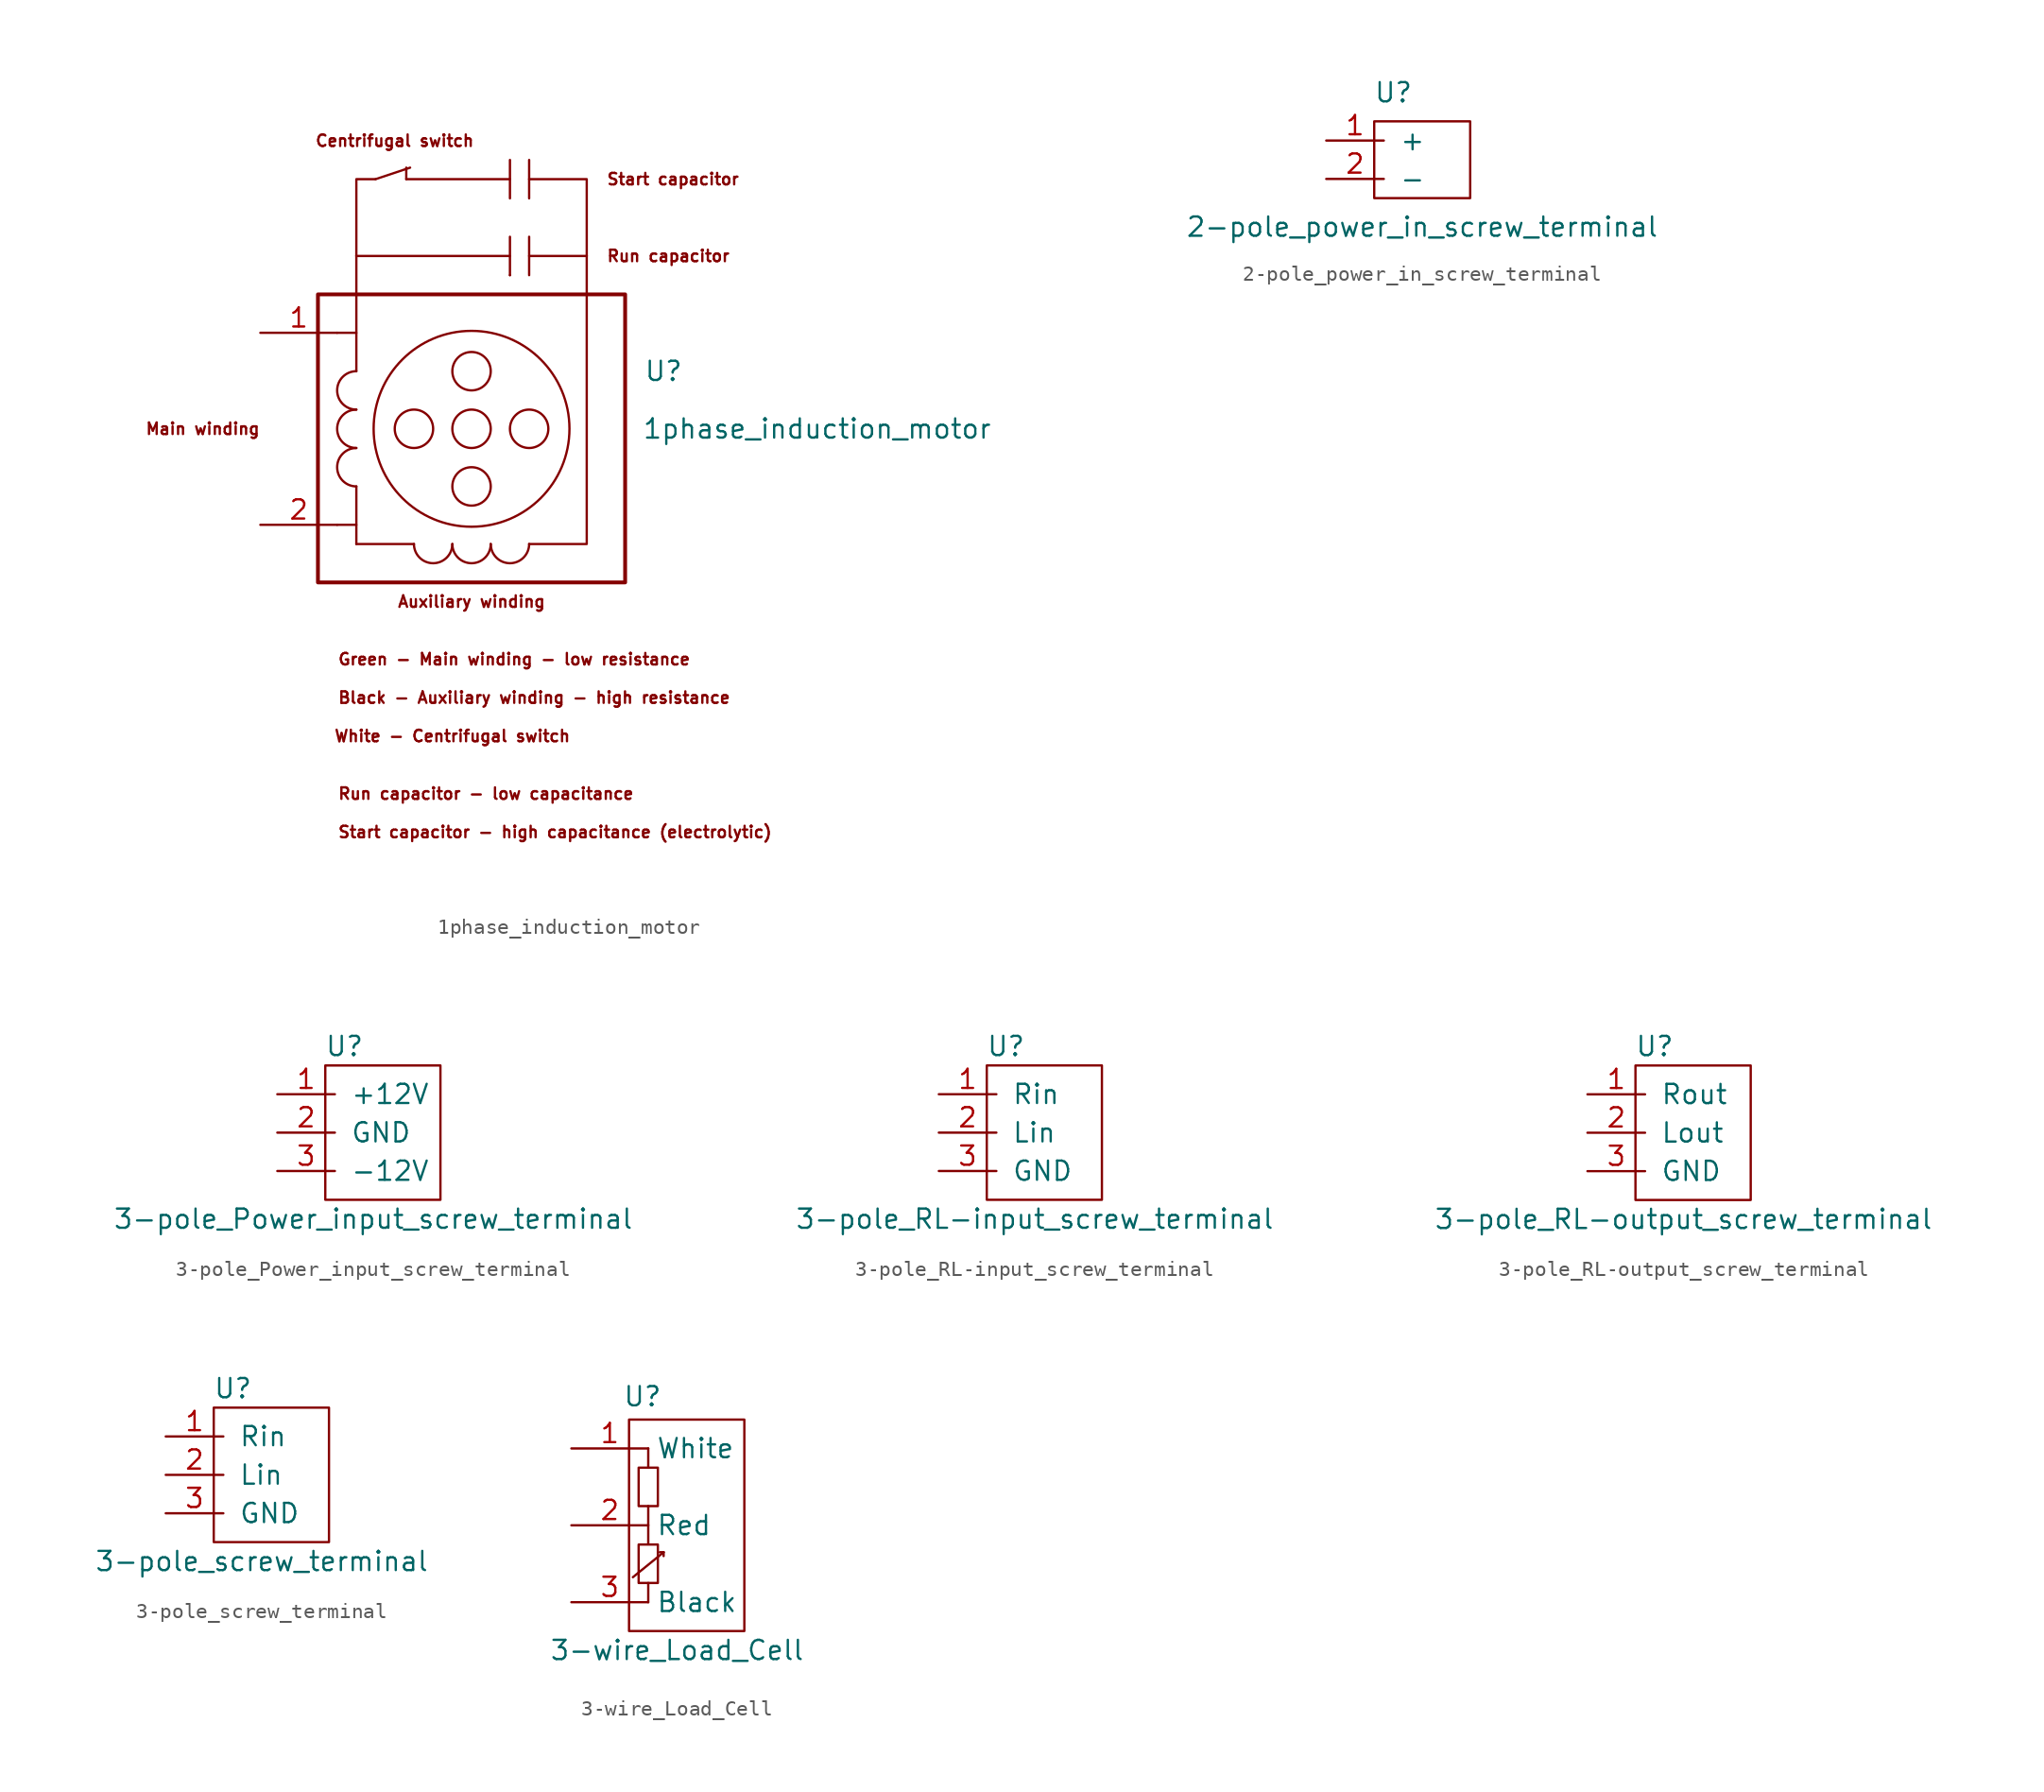
<source format=kicad_sym>
(kicad_symbol_lib
  (version 20211014)
  (generator kicad_symbol_editor)
  (symbol "1phase_induction_motor"
    (pin_names
      (offset 1.016) hide)
    (property "Reference" "U"
      (at 22.86 -5.08 0)
      (effects (font (size 1.27 1.27))))
    (property "Value" "1phase_induction_motor"
      (at 33.02 -8.89 0)
      (effects (font (size 1.27 1.27))))
    (symbol "1phase_induction_motor_0_0"
      (polyline (pts (xy 2.54 -2.54) (xy 2.54 2.54)) (stroke (width 0) (type default) (color 0 0 0 0)) (fill (type none)))
      (polyline (pts (xy 2.54 2.54) (xy 12.7 2.54)) (stroke (width 0) (type default) (color 0 0 0 0)) (fill (type none)))
      (polyline (pts (xy 3.81 7.62) (xy 6.096 8.382)) (stroke (width 0) (type default) (color 0 0 0 0)) (fill (type none)))
      (polyline (pts (xy 5.842 7.62) (xy 5.842 8.382)) (stroke (width 0) (type default) (color 0 0 0 0)) (fill (type none)))
      (polyline (pts (xy 5.842 7.62) (xy 12.7 7.62)) (stroke (width 0) (type default) (color 0 0 0 0)) (fill (type none)))
      (polyline (pts (xy 12.7 1.27) (xy 12.7 1.27)) (stroke (width 0) (type default) (color 0 0 0 0)) (fill (type none)))
      (polyline (pts (xy 12.7 3.81) (xy 12.7 1.27)) (stroke (width 0) (type default) (color 0 0 0 0)) (fill (type none)))
      (polyline (pts (xy 12.7 8.89) (xy 12.7 6.35)) (stroke (width 0) (type default) (color 0 0 0 0)) (fill (type none)))
      (polyline (pts (xy 13.97 2.54) (xy 17.78 2.54)) (stroke (width 0) (type default) (color 0 0 0 0)) (fill (type none)))
      (polyline (pts (xy 13.97 3.81) (xy 13.97 1.27)) (stroke (width 0) (type default) (color 0 0 0 0)) (fill (type none)))
      (polyline (pts (xy 13.97 8.89) (xy 13.97 6.35)) (stroke (width 0) (type default) (color 0 0 0 0)) (fill (type none)))
      (polyline (pts (xy 13.97 -16.51) (xy 17.78 -16.51) (xy 17.78 2.54)) (stroke (width 0) (type default) (color 0 0 0 0)) (fill (type none)))
      (polyline (pts (xy 17.78 2.54) (xy 17.78 7.62) (xy 13.97 7.62)) (stroke (width 0) (type default) (color 0 0 0 0)) (fill (type none)))
      (text "Auxiliary winding" (at 10.16 -20.32 0) (effects (font (size 0.762 0.762))))
      (text "Black - Auxiliary winding - high resistance" (at 1.27 -26.67 0) (effects (font (size 0.762 0.762)) (justify left)))
      (text "Centrifugal switch" (at 5.08 10.16 0) (effects (font (size 0.762 0.762))))
      (text "Green - Main winding - low resistance" (at 1.27 -24.13 0) (effects (font (size 0.762 0.762)) (justify left)))
      (text "Main winding" (at -7.62 -8.89 0) (effects (font (size 0.762 0.762))))
      (text "Run capacitor" (at 19.05 2.54 0) (effects (font (size 0.762 0.762)) (justify left)))
      (text "Run capacitor - low capacitance" (at 1.27 -33.02 0) (effects (font (size 0.762 0.762)) (justify left)))
      (text "Start capacitor" (at 19.05 7.62 0) (effects (font (size 0.762 0.762)) (justify left)))
      (text "Start capacitor - high capacitance (electrolytic)" (at 1.27 -35.56 0) (effects (font (size 0.762 0.762)) (justify left)))
      (text "White - Centrifugal switch" (at 8.89 -29.21 0) (effects (font (size 0.762 0.762)))))
    (symbol "1phase_induction_motor_0_1"
      (polyline (pts (xy 2.54 -15.24) (xy 2.54 -16.51)) (stroke (width 0) (type default) (color 0 0 0 0)) (fill (type none)))
      (polyline (pts (xy 6.35 -16.51) (xy 2.54 -16.51)) (stroke (width 0) (type default) (color 0 0 0 0)) (fill (type none)))
      (polyline (pts (xy 1.27 -15.24) (xy 2.54 -15.24) (xy 2.54 -12.7)) (stroke (width 0) (type default) (color 0 0 0 0)) (fill (type none)))
      (polyline (pts (xy 1.27 -2.54) (xy 2.54 -2.54) (xy 2.54 -5.08)) (stroke (width 0) (type default) (color 0 0 0 0)) (fill (type none)))
      (polyline (pts (xy 2.54 2.54) (xy 2.54 7.62) (xy 3.81 7.62)) (stroke (width 0) (type default) (color 0 0 0 0)) (fill (type none)))
      (rectangle (start 0 0) (end 20.32 -19.05) (stroke (width 0.254) (type default) (color 0 0 0 0)) (fill (type none)))
      (arc (start 2.54 -10.16) (mid 1.27 -11.43) (end 2.54 -12.7) (stroke (width 0) (type default) (color 0 0 0 0)) (fill (type none)))
      (arc (start 2.54 -7.62) (mid 1.27 -8.89) (end 2.54 -10.16) (stroke (width 0) (type default) (color 0 0 0 0)) (fill (type none)))
      (arc (start 2.54 -5.08) (mid 1.27 -6.35) (end 2.54 -7.62) (stroke (width 0) (type default) (color 0 0 0 0)) (fill (type none)))
      (arc (start 6.35 -16.51) (mid 7.62 -17.78) (end 8.89 -16.51) (stroke (width 0) (type default) (color 0 0 0 0)) (fill (type none)))
      (circle (center 6.35 -8.89) (radius 1.27) (stroke (width 0) (type default) (color 0 0 0 0)) (fill (type none)))
      (arc (start 8.89 -16.51) (mid 10.16 -17.78) (end 11.43 -16.51) (stroke (width 0) (type default) (color 0 0 0 0)) (fill (type none)))
      (circle (center 10.16 -12.7) (radius 1.27) (stroke (width 0) (type default) (color 0 0 0 0)) (fill (type none)))
      (circle (center 10.16 -8.89) (radius 1.27) (stroke (width 0) (type default) (color 0 0 0 0)) (fill (type none)))
      (circle (center 10.16 -8.89) (radius 6.477) (stroke (width 0) (type default) (color 0 0 0 0)) (fill (type none)))
      (circle (center 10.16 -5.08) (radius 1.27) (stroke (width 0) (type default) (color 0 0 0 0)) (fill (type none)))
      (arc (start 11.43 -16.51) (mid 12.7 -17.78) (end 13.97 -16.51) (stroke (width 0) (type default) (color 0 0 0 0)) (fill (type none)))
      (circle (center 13.97 -8.89) (radius 1.27) (stroke (width 0) (type default) (color 0 0 0 0)) (fill (type none))))
    (symbol "1phase_induction_motor_1_1"
      (pin input line (at -3.81 -2.54 0) (length 5.08) (name "Main1" (effects (font (size 1.27 1.27)))) (number "1" (effects (font (size 1.27 1.27)))))
      (pin input line (at -3.81 -15.24 0) (length 5.08) (name "Main2" (effects (font (size 1.27 1.27)))) (number "2" (effects (font (size 1.27 1.27)))))))
  (symbol "2-pole_power_in_screw_terminal"
    (pin_names
      (offset 1.016))
    (property "Reference" "U"
      (at 4.445 3.175 0)
      (effects (font (size 1.27 1.27))))
    (property "Value" "2-pole_power_in_screw_terminal"
      (at 6.35 -5.715 0)
      (effects (font (size 1.27 1.27))))
    (symbol "2-pole_power_in_screw_terminal_0_1"
      (rectangle (start 3.175 1.27) (end 9.525 -3.81) (stroke (width 0) (type default) (color 0 0 0 0)) (fill (type none))))
    (symbol "2-pole_power_in_screw_terminal_1_1"
      (pin power_in line (at 0 0 0) (length 3.81) (name "+" (effects (font (size 1.27 1.27)))) (number "1" (effects (font (size 1.27 1.27)))))
      (pin power_in line (at 0 -2.54 0) (length 3.81) (name "-" (effects (font (size 1.27 1.27)))) (number "2" (effects (font (size 1.27 1.27)))))))
  (symbol "3-pole_Power_input_screw_terminal"
    (pin_names
      (offset 1.016))
    (property "Reference" "U"
      (at 4.445 3.175 0)
      (effects (font (size 1.27 1.27))))
    (property "Value" "3-pole_Power_input_screw_terminal"
      (at 6.35 -8.255 0)
      (effects (font (size 1.27 1.27))))
    (symbol "3-pole_Power_input_screw_terminal_0_1"
      (rectangle (start 3.175 1.905) (end 10.795 -6.985) (stroke (width 0) (type default) (color 0 0 0 0)) (fill (type none))))
    (symbol "3-pole_Power_input_screw_terminal_1_1"
      (pin power_in line (at 0 0 0) (length 3.81) (name "+12V" (effects (font (size 1.27 1.27)))) (number "1" (effects (font (size 1.27 1.27)))))
      (pin power_in line (at 0 -2.54 0) (length 3.81) (name "GND" (effects (font (size 1.27 1.27)))) (number "2" (effects (font (size 1.27 1.27)))))
      (pin power_in line (at 0 -5.08 0) (length 3.81) (name "-12V" (effects (font (size 1.27 1.27)))) (number "3" (effects (font (size 1.27 1.27)))))))
  (symbol "3-pole_RL-input_screw_terminal"
    (pin_names
      (offset 1.016))
    (property "Reference" "U"
      (at 4.445 3.175 0)
      (effects (font (size 1.27 1.27))))
    (property "Value" "3-pole_RL-input_screw_terminal"
      (at 6.35 -8.255 0)
      (effects (font (size 1.27 1.27))))
    (symbol "3-pole_RL-input_screw_terminal_0_1"
      (rectangle (start 3.175 1.905) (end 10.795 -6.985) (stroke (width 0) (type default) (color 0 0 0 0)) (fill (type none))))
    (symbol "3-pole_RL-input_screw_terminal_1_1"
      (pin input line (at 0 0 0) (length 3.81) (name "Rin" (effects (font (size 1.27 1.27)))) (number "1" (effects (font (size 1.27 1.27)))))
      (pin input line (at 0 -2.54 0) (length 3.81) (name "Lin" (effects (font (size 1.27 1.27)))) (number "2" (effects (font (size 1.27 1.27)))))
      (pin input line (at 0 -5.08 0) (length 3.81) (name "GND" (effects (font (size 1.27 1.27)))) (number "3" (effects (font (size 1.27 1.27)))))))
  (symbol "3-pole_RL-output_screw_terminal"
    (pin_names
      (offset 1.016))
    (property "Reference" "U"
      (at 4.445 3.175 0)
      (effects (font (size 1.27 1.27))))
    (property "Value" "3-pole_RL-output_screw_terminal"
      (at 6.35 -8.255 0)
      (effects (font (size 1.27 1.27))))
    (symbol "3-pole_RL-output_screw_terminal_0_1"
      (rectangle (start 3.175 1.905) (end 10.795 -6.985) (stroke (width 0) (type default) (color 0 0 0 0)) (fill (type none))))
    (symbol "3-pole_RL-output_screw_terminal_1_1"
      (pin output line (at 0 0 0) (length 3.81) (name "Rout" (effects (font (size 1.27 1.27)))) (number "1" (effects (font (size 1.27 1.27)))))
      (pin output line (at 0 -2.54 0) (length 3.81) (name "Lout" (effects (font (size 1.27 1.27)))) (number "2" (effects (font (size 1.27 1.27)))))
      (pin output line (at 0 -5.08 0) (length 3.81) (name "GND" (effects (font (size 1.27 1.27)))) (number "3" (effects (font (size 1.27 1.27)))))))
  (symbol "3-pole_screw_terminal"
    (pin_names
      (offset 1.016))
    (property "Reference" "U"
      (at 4.445 3.175 0)
      (effects (font (size 1.27 1.27))))
    (property "Value" "3-pole_screw_terminal"
      (at 6.35 -8.255 0)
      (effects (font (size 1.27 1.27))))
    (symbol "3-pole_screw_terminal_0_1"
      (rectangle (start 3.175 1.905) (end 10.795 -6.985) (stroke (width 0) (type default) (color 0 0 0 0)) (fill (type none))))
    (symbol "3-pole_screw_terminal_1_1"
      (pin input line (at 0 0 0) (length 3.81) (name "Rin" (effects (font (size 1.27 1.27)))) (number "1" (effects (font (size 1.27 1.27)))))
      (pin input line (at 0 -2.54 0) (length 3.81) (name "Lin" (effects (font (size 1.27 1.27)))) (number "2" (effects (font (size 1.27 1.27)))))
      (pin input line (at 0 -5.08 0) (length 3.81) (name "GND" (effects (font (size 1.27 1.27)))) (number "3" (effects (font (size 1.27 1.27)))))))
  (symbol "3-wire_Load_Cell"
    (property "Reference" "U"
      (at 4.699 3.429 0)
      (effects (font (size 1.27 1.27))))
    (property "Value" "3-wire_Load_Cell"
      (at 6.985 -13.335 0)
      (effects (font (size 1.27 1.27))))
    (symbol "3-wire_Load_Cell_0_1"
      (polyline (pts (xy 4.064 -8.509) (xy 6.096 -6.858)) (stroke (width 0.152) (type default) (color 0 0 0 0)) (fill (type none)))
      (polyline (pts (xy 5.08 -8.89) (xy 5.08 -10.16)) (stroke (width 0.152) (type default) (color 0 0 0 0)) (fill (type none)))
      (polyline (pts (xy 5.08 -3.81) (xy 5.08 -5.08)) (stroke (width 0.152) (type default) (color 0 0 0 0)) (fill (type none)))
      (polyline (pts (xy 6.096 -6.858) (xy 5.842 -6.858)) (stroke (width 0.152) (type default) (color 0 0 0 0)) (fill (type none)))
      (polyline (pts (xy 6.096 -6.858) (xy 6.096 -7.112)) (stroke (width 0.152) (type default) (color 0 0 0 0)) (fill (type none)))
      (polyline (pts (xy 3.81 1.905) (xy 3.81 -12.065) (xy 11.43 -12.065) (xy 11.43 1.905) (xy 3.81 1.905)) (stroke (width 0.152) (type default) (color 0 0 0 0)) (fill (type none)))
      (polyline (pts (xy 5.08 -5.08) (xy 5.08 -6.35) (xy 4.445 -6.35) (xy 4.445 -8.89) (xy 5.715 -8.89) (xy 5.715 -6.35) (xy 5.08 -6.35)) (stroke (width 0.152) (type default) (color 0 0 0 0)) (fill (type none)))
      (polyline (pts (xy 5.08 0) (xy 5.08 -1.27) (xy 4.445 -1.27) (xy 4.445 -3.81) (xy 5.715 -3.81) (xy 5.715 -1.27) (xy 5.08 -1.27)) (stroke (width 0.152) (type default) (color 0 0 0 0)) (fill (type none))))
    (symbol "3-wire_Load_Cell_1_1"
      (pin input line (at 0 0 0) (length 5.08) (name "White" (effects (font (size 1.27 1.27)))) (number "1" (effects (font (size 1.27 1.27)))))
      (pin input line (at 0 -5.08 0) (length 5.08) (name "Red" (effects (font (size 1.27 1.27)))) (number "2" (effects (font (size 1.27 1.27)))))
      (pin input line (at 0 -10.16 0) (length 5.08) (name "Black" (effects (font (size 1.27 1.27)))) (number "3" (effects (font (size 1.27 1.27))))))))
</source>
